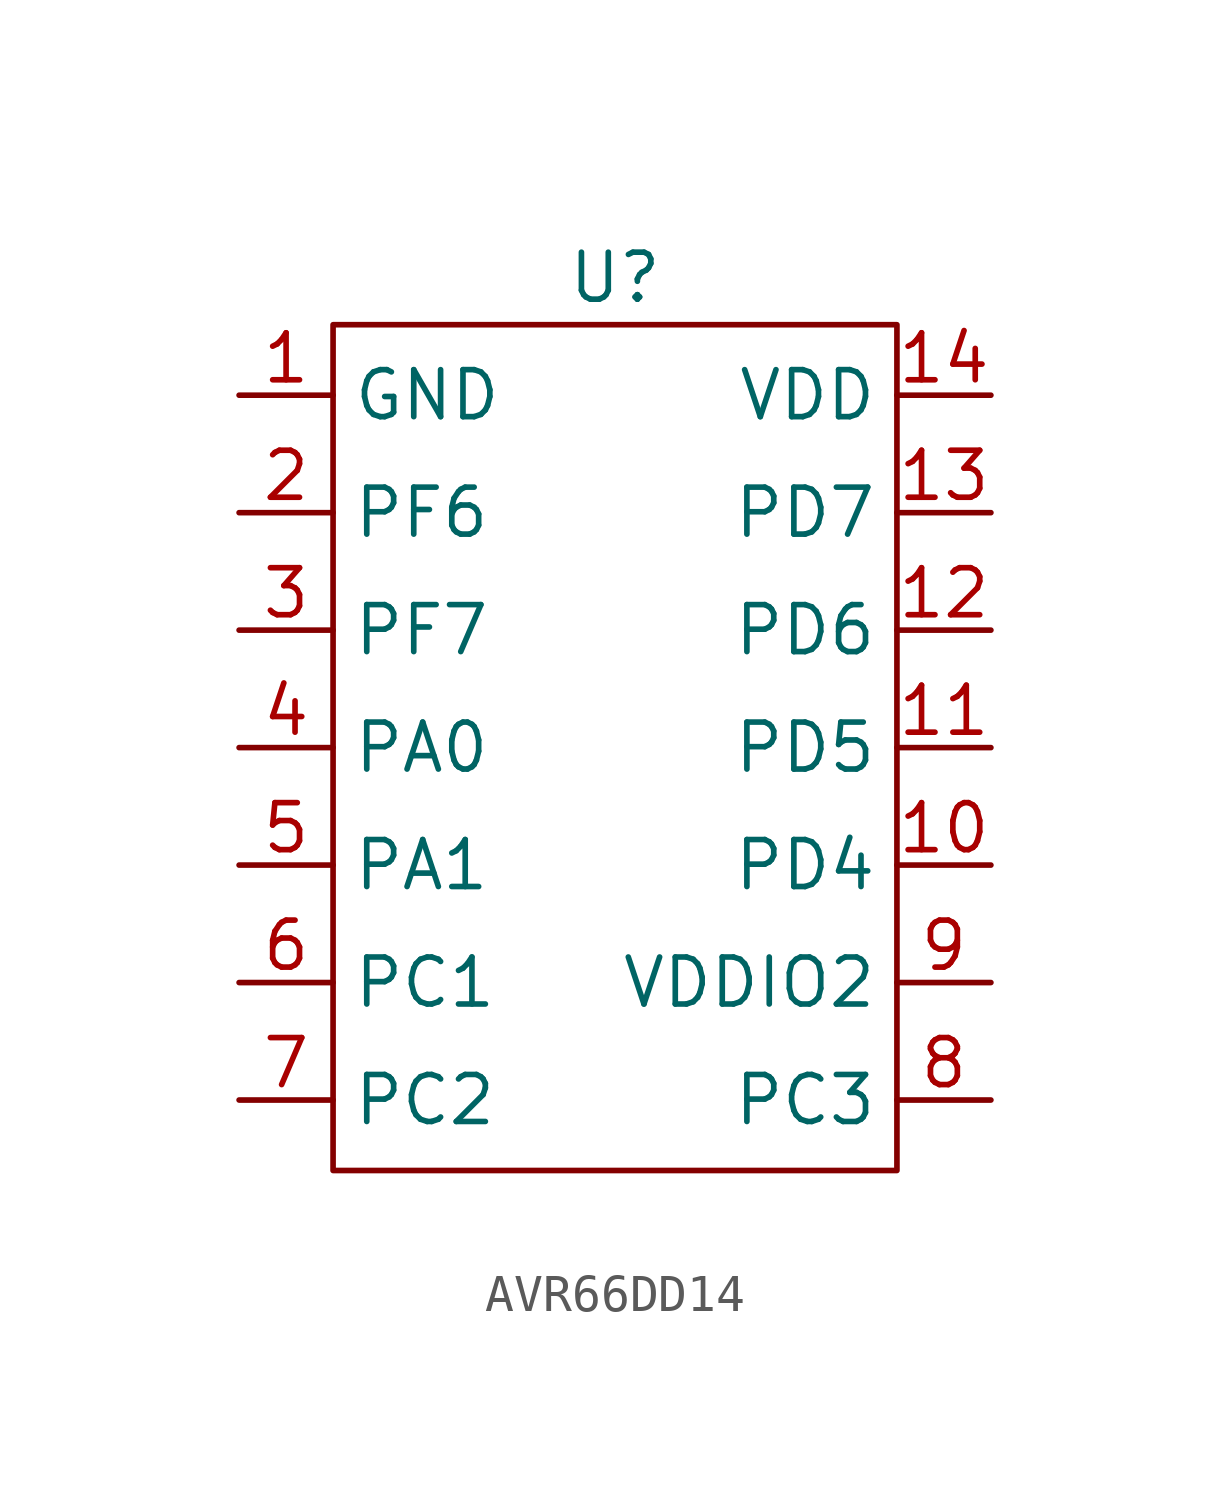
<source format=kicad_sym>
(kicad_symbol_lib
  (version 20231120)
  (generator "kicad_symbol_editor")
  (generator_version "8.0")
  (symbol "AVR66DD14"
    (property "Reference" "U"
      (at 0 0 0)
      (effects (font (size 1.27 1.27))))
    (property "Value" ""
      (at 2.54 0 0)
      (effects (font (size 1.27 1.27))))
    (symbol "AVR66DD14_0_1"
      (rectangle (start -7.62 -1.27) (end 7.62 -24.13) (stroke (width 0) (type default)) (fill (type none))))
    (symbol "AVR66DD14_1_1"
      (pin passive line (at -10.16 -3.175 0) (length 2.54) (name "GND" (effects (font (size 1.27 1.27)))) (number "1" (effects (font (size 1.27 1.27)))))
      (pin passive line (at 10.16 -15.875 180) (length 2.54) (name "PD4" (effects (font (size 1.27 1.27)))) (number "10" (effects (font (size 1.27 1.27)))))
      (pin passive line (at 10.16 -12.7 180) (length 2.54) (name "PD5" (effects (font (size 1.27 1.27)))) (number "11" (effects (font (size 1.27 1.27)))))
      (pin passive line (at 10.16 -9.525 180) (length 2.54) (name "PD6" (effects (font (size 1.27 1.27)))) (number "12" (effects (font (size 1.27 1.27)))))
      (pin passive line (at 10.16 -6.35 180) (length 2.54) (name "PD7" (effects (font (size 1.27 1.27)))) (number "13" (effects (font (size 1.27 1.27)))))
      (pin passive line (at 10.16 -3.175 180) (length 2.54) (name "VDD" (effects (font (size 1.27 1.27)))) (number "14" (effects (font (size 1.27 1.27)))))
      (pin passive line (at -10.16 -6.35 0) (length 2.54) (name "PF6" (effects (font (size 1.27 1.27)))) (number "2" (effects (font (size 1.27 1.27)))))
      (pin passive line (at -10.16 -9.525 0) (length 2.54) (name "PF7" (effects (font (size 1.27 1.27)))) (number "3" (effects (font (size 1.27 1.27)))))
      (pin passive line (at -10.16 -12.7 0) (length 2.54) (name "PA0" (effects (font (size 1.27 1.27)))) (number "4" (effects (font (size 1.27 1.27)))))
      (pin passive line (at -10.16 -15.875 0) (length 2.54) (name "PA1" (effects (font (size 1.27 1.27)))) (number "5" (effects (font (size 1.27 1.27)))))
      (pin passive line (at -10.16 -19.05 0) (length 2.54) (name "PC1" (effects (font (size 1.27 1.27)))) (number "6" (effects (font (size 1.27 1.27)))))
      (pin passive line (at -10.16 -22.225 0) (length 2.54) (name "PC2" (effects (font (size 1.27 1.27)))) (number "7" (effects (font (size 1.27 1.27)))))
      (pin passive line (at 10.16 -22.225 180) (length 2.54) (name "PC3" (effects (font (size 1.27 1.27)))) (number "8" (effects (font (size 1.27 1.27)))))
      (pin passive line (at 10.16 -19.05 180) (length 2.54) (name "VDDIO2" (effects (font (size 1.27 1.27)))) (number "9" (effects (font (size 1.27 1.27))))))))
</source>
